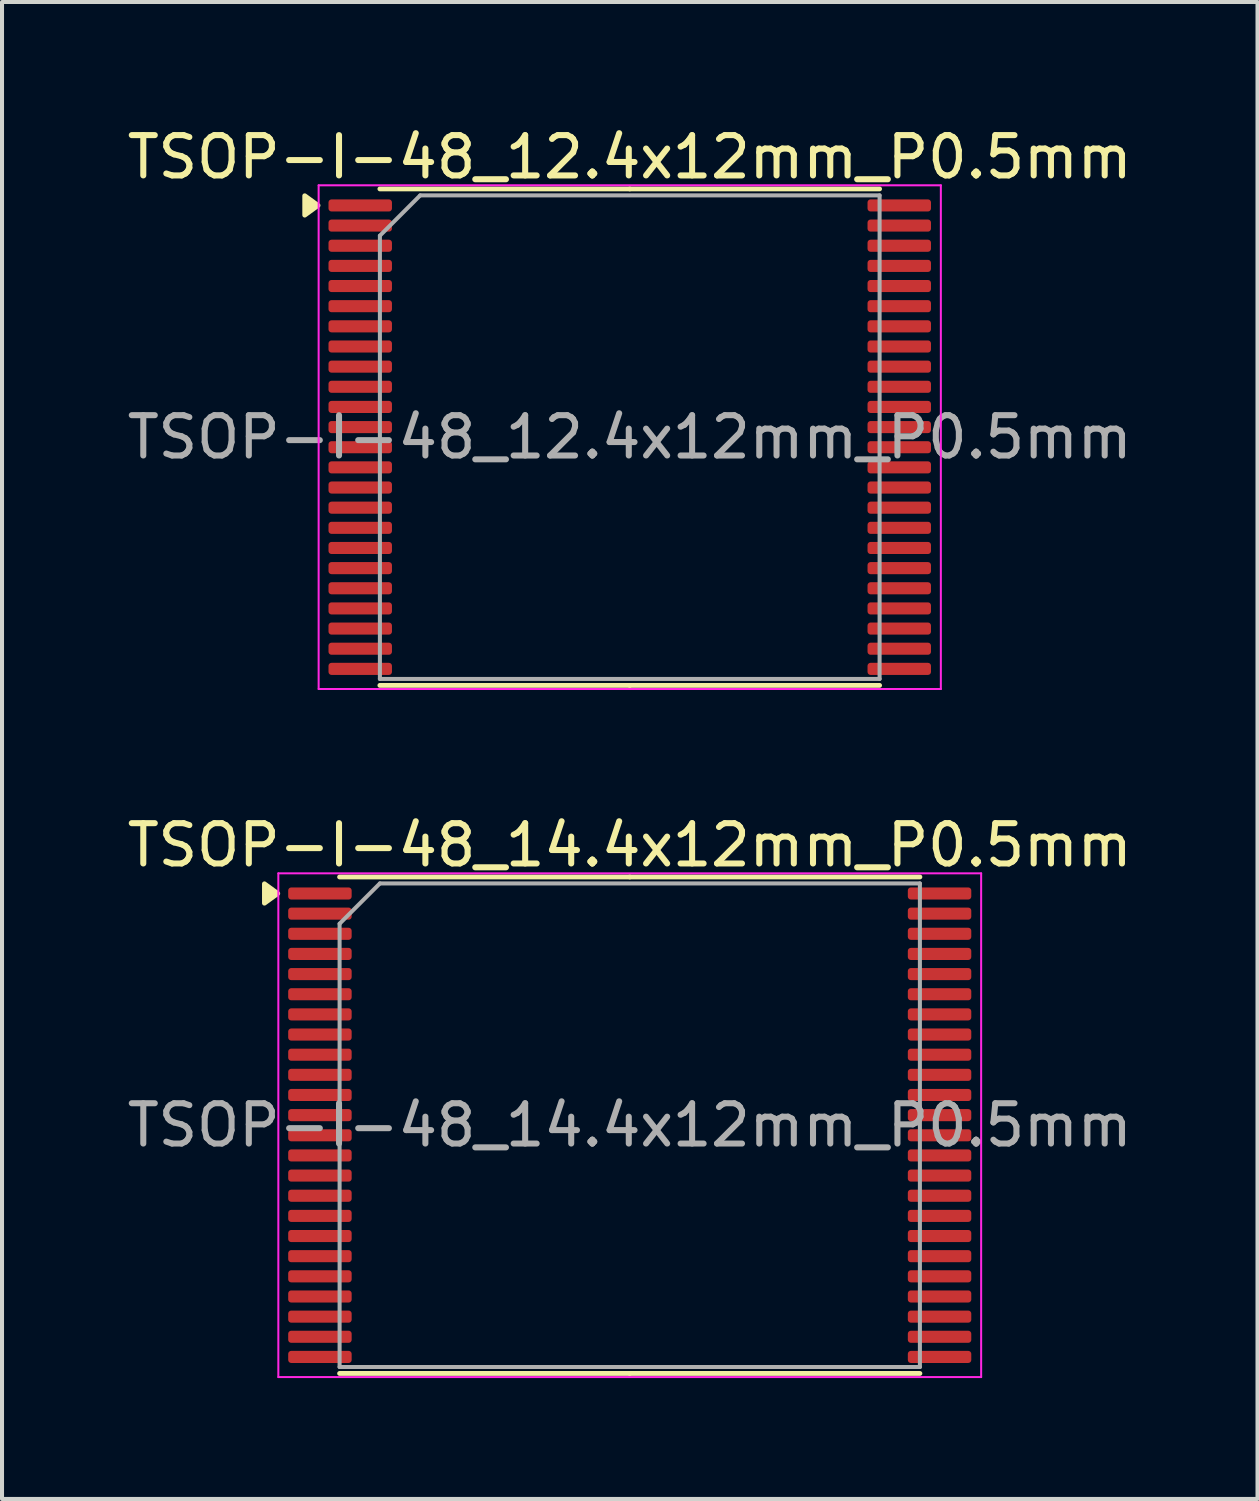
<source format=kicad_pcb>
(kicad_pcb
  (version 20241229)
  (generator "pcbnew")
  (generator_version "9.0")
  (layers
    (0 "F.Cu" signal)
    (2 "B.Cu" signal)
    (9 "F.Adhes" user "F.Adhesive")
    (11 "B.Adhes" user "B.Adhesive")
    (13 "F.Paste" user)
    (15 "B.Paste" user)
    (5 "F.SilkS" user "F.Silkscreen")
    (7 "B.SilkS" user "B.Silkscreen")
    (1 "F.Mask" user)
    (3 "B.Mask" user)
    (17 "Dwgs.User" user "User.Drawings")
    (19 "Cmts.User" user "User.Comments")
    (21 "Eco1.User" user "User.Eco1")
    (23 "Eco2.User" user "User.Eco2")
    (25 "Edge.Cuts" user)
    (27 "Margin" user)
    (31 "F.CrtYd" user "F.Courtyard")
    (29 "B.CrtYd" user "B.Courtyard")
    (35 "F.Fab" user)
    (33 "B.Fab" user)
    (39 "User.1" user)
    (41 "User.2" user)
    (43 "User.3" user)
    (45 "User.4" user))
  (footprint "TSOP-I-48_12.4x12mm_P0.5mm"
    (layer "F.Cu")
    (at 12.577 7.798)
    (property "Reference" "TSOP-I-48_12.4x12mm_P0.5mm" (at 0 -6.95 0) (layer "F.SilkS") (effects (font (size 1 1) (thickness 0.15))))
    (attr smd)
    (fp_line (start 0 -6.16) (end -6.2 -6.16) (stroke (width 0.12) (type solid)) (layer "F.SilkS"))
    (fp_line (start 0 -6.16) (end 6.2 -6.16) (stroke (width 0.12) (type solid)) (layer "F.SilkS"))
    (fp_line (start 0 6.16) (end -6.2 6.16) (stroke (width 0.12) (type solid)) (layer "F.SilkS"))
    (fp_line (start 0 6.16) (end 6.2 6.16) (stroke (width 0.12) (type solid)) (layer "F.SilkS"))
    (fp_poly (pts (xy -7.735 -5.75) (xy -8.065 -5.99) (xy -8.065 -5.51) (xy -7.735 -5.75)) (stroke (width 0.12) (type solid)) (fill yes) (layer "F.SilkS"))
    (fp_line (start -7.72 -6.25) (end -7.72 6.25) (stroke (width 0.05) (type solid)) (layer "F.CrtYd"))
    (fp_line (start -7.72 6.25) (end 7.72 6.25) (stroke (width 0.05) (type solid)) (layer "F.CrtYd"))
    (fp_line (start 7.72 -6.25) (end -7.72 -6.25) (stroke (width 0.05) (type solid)) (layer "F.CrtYd"))
    (fp_line (start 7.72 6.25) (end 7.72 -6.25) (stroke (width 0.05) (type solid)) (layer "F.CrtYd"))
    (fp_line (start -6.2 -5) (end -5.2 -6) (stroke (width 0.1) (type solid)) (layer "F.Fab"))
    (fp_line (start -6.2 6) (end -6.2 -5) (stroke (width 0.1) (type solid)) (layer "F.Fab"))
    (fp_line (start -5.2 -6) (end 6.2 -6) (stroke (width 0.1) (type solid)) (layer "F.Fab"))
    (fp_line (start 6.2 -6) (end 6.2 6) (stroke (width 0.1) (type solid)) (layer "F.Fab"))
    (fp_line (start 6.2 6) (end -6.2 6) (stroke (width 0.1) (type solid)) (layer "F.Fab"))
    (fp_text user "${REFERENCE}" (at 0 0 0) (layer "F.Fab") (effects (font (size 1 1) (thickness 0.15))))
    (pad "1" smd roundrect (at -6.688 -5.75) (size 1.575 0.3) (layers "F.Cu" "F.Mask" "F.Paste") (roundrect_rratio 0.25))
    (pad "2" smd roundrect (at -6.688 -5.25) (size 1.575 0.3) (layers "F.Cu" "F.Mask" "F.Paste") (roundrect_rratio 0.25))
    (pad "3" smd roundrect (at -6.688 -4.75) (size 1.575 0.3) (layers "F.Cu" "F.Mask" "F.Paste") (roundrect_rratio 0.25))
    (pad "4" smd roundrect (at -6.688 -4.25) (size 1.575 0.3) (layers "F.Cu" "F.Mask" "F.Paste") (roundrect_rratio 0.25))
    (pad "5" smd roundrect (at -6.688 -3.75) (size 1.575 0.3) (layers "F.Cu" "F.Mask" "F.Paste") (roundrect_rratio 0.25))
    (pad "6" smd roundrect (at -6.688 -3.25) (size 1.575 0.3) (layers "F.Cu" "F.Mask" "F.Paste") (roundrect_rratio 0.25))
    (pad "7" smd roundrect (at -6.688 -2.75) (size 1.575 0.3) (layers "F.Cu" "F.Mask" "F.Paste") (roundrect_rratio 0.25))
    (pad "8" smd roundrect (at -6.688 -2.25) (size 1.575 0.3) (layers "F.Cu" "F.Mask" "F.Paste") (roundrect_rratio 0.25))
    (pad "9" smd roundrect (at -6.688 -1.75) (size 1.575 0.3) (layers "F.Cu" "F.Mask" "F.Paste") (roundrect_rratio 0.25))
    (pad "10" smd roundrect (at -6.688 -1.25) (size 1.575 0.3) (layers "F.Cu" "F.Mask" "F.Paste") (roundrect_rratio 0.25))
    (pad "11" smd roundrect (at -6.688 -0.75) (size 1.575 0.3) (layers "F.Cu" "F.Mask" "F.Paste") (roundrect_rratio 0.25))
    (pad "12" smd roundrect (at -6.688 -0.25) (size 1.575 0.3) (layers "F.Cu" "F.Mask" "F.Paste") (roundrect_rratio 0.25))
    (pad "13" smd roundrect (at -6.688 0.25) (size 1.575 0.3) (layers "F.Cu" "F.Mask" "F.Paste") (roundrect_rratio 0.25))
    (pad "14" smd roundrect (at -6.688 0.75) (size 1.575 0.3) (layers "F.Cu" "F.Mask" "F.Paste") (roundrect_rratio 0.25))
    (pad "15" smd roundrect (at -6.688 1.25) (size 1.575 0.3) (layers "F.Cu" "F.Mask" "F.Paste") (roundrect_rratio 0.25))
    (pad "16" smd roundrect (at -6.688 1.75) (size 1.575 0.3) (layers "F.Cu" "F.Mask" "F.Paste") (roundrect_rratio 0.25))
    (pad "17" smd roundrect (at -6.688 2.25) (size 1.575 0.3) (layers "F.Cu" "F.Mask" "F.Paste") (roundrect_rratio 0.25))
    (pad "18" smd roundrect (at -6.688 2.75) (size 1.575 0.3) (layers "F.Cu" "F.Mask" "F.Paste") (roundrect_rratio 0.25))
    (pad "19" smd roundrect (at -6.688 3.25) (size 1.575 0.3) (layers "F.Cu" "F.Mask" "F.Paste") (roundrect_rratio 0.25))
    (pad "20" smd roundrect (at -6.688 3.75) (size 1.575 0.3) (layers "F.Cu" "F.Mask" "F.Paste") (roundrect_rratio 0.25))
    (pad "21" smd roundrect (at -6.688 4.25) (size 1.575 0.3) (layers "F.Cu" "F.Mask" "F.Paste") (roundrect_rratio 0.25))
    (pad "22" smd roundrect (at -6.688 4.75) (size 1.575 0.3) (layers "F.Cu" "F.Mask" "F.Paste") (roundrect_rratio 0.25))
    (pad "23" smd roundrect (at -6.688 5.25) (size 1.575 0.3) (layers "F.Cu" "F.Mask" "F.Paste") (roundrect_rratio 0.25))
    (pad "24" smd roundrect (at -6.688 5.75) (size 1.575 0.3) (layers "F.Cu" "F.Mask" "F.Paste") (roundrect_rratio 0.25))
    (pad "25" smd roundrect (at 6.688 5.75) (size 1.575 0.3) (layers "F.Cu" "F.Mask" "F.Paste") (roundrect_rratio 0.25))
    (pad "26" smd roundrect (at 6.688 5.25) (size 1.575 0.3) (layers "F.Cu" "F.Mask" "F.Paste") (roundrect_rratio 0.25))
    (pad "27" smd roundrect (at 6.688 4.75) (size 1.575 0.3) (layers "F.Cu" "F.Mask" "F.Paste") (roundrect_rratio 0.25))
    (pad "28" smd roundrect (at 6.688 4.25) (size 1.575 0.3) (layers "F.Cu" "F.Mask" "F.Paste") (roundrect_rratio 0.25))
    (pad "29" smd roundrect (at 6.688 3.75) (size 1.575 0.3) (layers "F.Cu" "F.Mask" "F.Paste") (roundrect_rratio 0.25))
    (pad "30" smd roundrect (at 6.688 3.25) (size 1.575 0.3) (layers "F.Cu" "F.Mask" "F.Paste") (roundrect_rratio 0.25))
    (pad "31" smd roundrect (at 6.688 2.75) (size 1.575 0.3) (layers "F.Cu" "F.Mask" "F.Paste") (roundrect_rratio 0.25))
    (pad "32" smd roundrect (at 6.688 2.25) (size 1.575 0.3) (layers "F.Cu" "F.Mask" "F.Paste") (roundrect_rratio 0.25))
    (pad "33" smd roundrect (at 6.688 1.75) (size 1.575 0.3) (layers "F.Cu" "F.Mask" "F.Paste") (roundrect_rratio 0.25))
    (pad "34" smd roundrect (at 6.688 1.25) (size 1.575 0.3) (layers "F.Cu" "F.Mask" "F.Paste") (roundrect_rratio 0.25))
    (pad "35" smd roundrect (at 6.688 0.75) (size 1.575 0.3) (layers "F.Cu" "F.Mask" "F.Paste") (roundrect_rratio 0.25))
    (pad "36" smd roundrect (at 6.688 0.25) (size 1.575 0.3) (layers "F.Cu" "F.Mask" "F.Paste") (roundrect_rratio 0.25))
    (pad "37" smd roundrect (at 6.688 -0.25) (size 1.575 0.3) (layers "F.Cu" "F.Mask" "F.Paste") (roundrect_rratio 0.25))
    (pad "38" smd roundrect (at 6.688 -0.75) (size 1.575 0.3) (layers "F.Cu" "F.Mask" "F.Paste") (roundrect_rratio 0.25))
    (pad "39" smd roundrect (at 6.688 -1.25) (size 1.575 0.3) (layers "F.Cu" "F.Mask" "F.Paste") (roundrect_rratio 0.25))
    (pad "40" smd roundrect (at 6.688 -1.75) (size 1.575 0.3) (layers "F.Cu" "F.Mask" "F.Paste") (roundrect_rratio 0.25))
    (pad "41" smd roundrect (at 6.688 -2.25) (size 1.575 0.3) (layers "F.Cu" "F.Mask" "F.Paste") (roundrect_rratio 0.25))
    (pad "42" smd roundrect (at 6.688 -2.75) (size 1.575 0.3) (layers "F.Cu" "F.Mask" "F.Paste") (roundrect_rratio 0.25))
    (pad "43" smd roundrect (at 6.688 -3.25) (size 1.575 0.3) (layers "F.Cu" "F.Mask" "F.Paste") (roundrect_rratio 0.25))
    (pad "44" smd roundrect (at 6.688 -3.75) (size 1.575 0.3) (layers "F.Cu" "F.Mask" "F.Paste") (roundrect_rratio 0.25))
    (pad "45" smd roundrect (at 6.688 -4.25) (size 1.575 0.3) (layers "F.Cu" "F.Mask" "F.Paste") (roundrect_rratio 0.25))
    (pad "46" smd roundrect (at 6.688 -4.75) (size 1.575 0.3) (layers "F.Cu" "F.Mask" "F.Paste") (roundrect_rratio 0.25))
    (pad "47" smd roundrect (at 6.688 -5.25) (size 1.575 0.3) (layers "F.Cu" "F.Mask" "F.Paste") (roundrect_rratio 0.25))
    (pad "48" smd roundrect (at 6.688 -5.75) (size 1.575 0.3) (layers "F.Cu" "F.Mask" "F.Paste") (roundrect_rratio 0.25)))
  (footprint "TSOP-I-48_14.4x12mm_P0.5mm"
    (layer "F.Cu")
    (at 12.577 24.872)
    (property "Reference" "TSOP-I-48_14.4x12mm_P0.5mm" (at 0 -6.95 0) (layer "F.SilkS") (effects (font (size 1 1) (thickness 0.15))))
    (attr smd)
    (fp_line (start 0 -6.16) (end -7.2 -6.16) (stroke (width 0.12) (type solid)) (layer "F.SilkS"))
    (fp_line (start 0 -6.16) (end 7.2 -6.16) (stroke (width 0.12) (type solid)) (layer "F.SilkS"))
    (fp_line (start 0 6.16) (end -7.2 6.16) (stroke (width 0.12) (type solid)) (layer "F.SilkS"))
    (fp_line (start 0 6.16) (end 7.2 6.16) (stroke (width 0.12) (type solid)) (layer "F.SilkS"))
    (fp_poly (pts (xy -8.735 -5.75) (xy -9.065 -5.99) (xy -9.065 -5.51) (xy -8.735 -5.75)) (stroke (width 0.12) (type solid)) (fill yes) (layer "F.SilkS"))
    (fp_line (start -8.72 -6.25) (end -8.72 6.25) (stroke (width 0.05) (type solid)) (layer "F.CrtYd"))
    (fp_line (start -8.72 6.25) (end 8.72 6.25) (stroke (width 0.05) (type solid)) (layer "F.CrtYd"))
    (fp_line (start 8.72 -6.25) (end -8.72 -6.25) (stroke (width 0.05) (type solid)) (layer "F.CrtYd"))
    (fp_line (start 8.72 6.25) (end 8.72 -6.25) (stroke (width 0.05) (type solid)) (layer "F.CrtYd"))
    (fp_line (start -7.2 -5) (end -6.2 -6) (stroke (width 0.1) (type solid)) (layer "F.Fab"))
    (fp_line (start -7.2 6) (end -7.2 -5) (stroke (width 0.1) (type solid)) (layer "F.Fab"))
    (fp_line (start -6.2 -6) (end 7.2 -6) (stroke (width 0.1) (type solid)) (layer "F.Fab"))
    (fp_line (start 7.2 -6) (end 7.2 6) (stroke (width 0.1) (type solid)) (layer "F.Fab"))
    (fp_line (start 7.2 6) (end -7.2 6) (stroke (width 0.1) (type solid)) (layer "F.Fab"))
    (fp_text user "${REFERENCE}" (at 0 0 0) (layer "F.Fab") (effects (font (size 1 1) (thickness 0.15))))
    (pad "1" smd roundrect (at -7.688 -5.75) (size 1.575 0.3) (layers "F.Cu" "F.Mask" "F.Paste") (roundrect_rratio 0.25))
    (pad "2" smd roundrect (at -7.688 -5.25) (size 1.575 0.3) (layers "F.Cu" "F.Mask" "F.Paste") (roundrect_rratio 0.25))
    (pad "3" smd roundrect (at -7.688 -4.75) (size 1.575 0.3) (layers "F.Cu" "F.Mask" "F.Paste") (roundrect_rratio 0.25))
    (pad "4" smd roundrect (at -7.688 -4.25) (size 1.575 0.3) (layers "F.Cu" "F.Mask" "F.Paste") (roundrect_rratio 0.25))
    (pad "5" smd roundrect (at -7.688 -3.75) (size 1.575 0.3) (layers "F.Cu" "F.Mask" "F.Paste") (roundrect_rratio 0.25))
    (pad "6" smd roundrect (at -7.688 -3.25) (size 1.575 0.3) (layers "F.Cu" "F.Mask" "F.Paste") (roundrect_rratio 0.25))
    (pad "7" smd roundrect (at -7.688 -2.75) (size 1.575 0.3) (layers "F.Cu" "F.Mask" "F.Paste") (roundrect_rratio 0.25))
    (pad "8" smd roundrect (at -7.688 -2.25) (size 1.575 0.3) (layers "F.Cu" "F.Mask" "F.Paste") (roundrect_rratio 0.25))
    (pad "9" smd roundrect (at -7.688 -1.75) (size 1.575 0.3) (layers "F.Cu" "F.Mask" "F.Paste") (roundrect_rratio 0.25))
    (pad "10" smd roundrect (at -7.688 -1.25) (size 1.575 0.3) (layers "F.Cu" "F.Mask" "F.Paste") (roundrect_rratio 0.25))
    (pad "11" smd roundrect (at -7.688 -0.75) (size 1.575 0.3) (layers "F.Cu" "F.Mask" "F.Paste") (roundrect_rratio 0.25))
    (pad "12" smd roundrect (at -7.688 -0.25) (size 1.575 0.3) (layers "F.Cu" "F.Mask" "F.Paste") (roundrect_rratio 0.25))
    (pad "13" smd roundrect (at -7.688 0.25) (size 1.575 0.3) (layers "F.Cu" "F.Mask" "F.Paste") (roundrect_rratio 0.25))
    (pad "14" smd roundrect (at -7.688 0.75) (size 1.575 0.3) (layers "F.Cu" "F.Mask" "F.Paste") (roundrect_rratio 0.25))
    (pad "15" smd roundrect (at -7.688 1.25) (size 1.575 0.3) (layers "F.Cu" "F.Mask" "F.Paste") (roundrect_rratio 0.25))
    (pad "16" smd roundrect (at -7.688 1.75) (size 1.575 0.3) (layers "F.Cu" "F.Mask" "F.Paste") (roundrect_rratio 0.25))
    (pad "17" smd roundrect (at -7.688 2.25) (size 1.575 0.3) (layers "F.Cu" "F.Mask" "F.Paste") (roundrect_rratio 0.25))
    (pad "18" smd roundrect (at -7.688 2.75) (size 1.575 0.3) (layers "F.Cu" "F.Mask" "F.Paste") (roundrect_rratio 0.25))
    (pad "19" smd roundrect (at -7.688 3.25) (size 1.575 0.3) (layers "F.Cu" "F.Mask" "F.Paste") (roundrect_rratio 0.25))
    (pad "20" smd roundrect (at -7.688 3.75) (size 1.575 0.3) (layers "F.Cu" "F.Mask" "F.Paste") (roundrect_rratio 0.25))
    (pad "21" smd roundrect (at -7.688 4.25) (size 1.575 0.3) (layers "F.Cu" "F.Mask" "F.Paste") (roundrect_rratio 0.25))
    (pad "22" smd roundrect (at -7.688 4.75) (size 1.575 0.3) (layers "F.Cu" "F.Mask" "F.Paste") (roundrect_rratio 0.25))
    (pad "23" smd roundrect (at -7.688 5.25) (size 1.575 0.3) (layers "F.Cu" "F.Mask" "F.Paste") (roundrect_rratio 0.25))
    (pad "24" smd roundrect (at -7.688 5.75) (size 1.575 0.3) (layers "F.Cu" "F.Mask" "F.Paste") (roundrect_rratio 0.25))
    (pad "25" smd roundrect (at 7.688 5.75) (size 1.575 0.3) (layers "F.Cu" "F.Mask" "F.Paste") (roundrect_rratio 0.25))
    (pad "26" smd roundrect (at 7.688 5.25) (size 1.575 0.3) (layers "F.Cu" "F.Mask" "F.Paste") (roundrect_rratio 0.25))
    (pad "27" smd roundrect (at 7.688 4.75) (size 1.575 0.3) (layers "F.Cu" "F.Mask" "F.Paste") (roundrect_rratio 0.25))
    (pad "28" smd roundrect (at 7.688 4.25) (size 1.575 0.3) (layers "F.Cu" "F.Mask" "F.Paste") (roundrect_rratio 0.25))
    (pad "29" smd roundrect (at 7.688 3.75) (size 1.575 0.3) (layers "F.Cu" "F.Mask" "F.Paste") (roundrect_rratio 0.25))
    (pad "30" smd roundrect (at 7.688 3.25) (size 1.575 0.3) (layers "F.Cu" "F.Mask" "F.Paste") (roundrect_rratio 0.25))
    (pad "31" smd roundrect (at 7.688 2.75) (size 1.575 0.3) (layers "F.Cu" "F.Mask" "F.Paste") (roundrect_rratio 0.25))
    (pad "32" smd roundrect (at 7.688 2.25) (size 1.575 0.3) (layers "F.Cu" "F.Mask" "F.Paste") (roundrect_rratio 0.25))
    (pad "33" smd roundrect (at 7.688 1.75) (size 1.575 0.3) (layers "F.Cu" "F.Mask" "F.Paste") (roundrect_rratio 0.25))
    (pad "34" smd roundrect (at 7.688 1.25) (size 1.575 0.3) (layers "F.Cu" "F.Mask" "F.Paste") (roundrect_rratio 0.25))
    (pad "35" smd roundrect (at 7.688 0.75) (size 1.575 0.3) (layers "F.Cu" "F.Mask" "F.Paste") (roundrect_rratio 0.25))
    (pad "36" smd roundrect (at 7.688 0.25) (size 1.575 0.3) (layers "F.Cu" "F.Mask" "F.Paste") (roundrect_rratio 0.25))
    (pad "37" smd roundrect (at 7.688 -0.25) (size 1.575 0.3) (layers "F.Cu" "F.Mask" "F.Paste") (roundrect_rratio 0.25))
    (pad "38" smd roundrect (at 7.688 -0.75) (size 1.575 0.3) (layers "F.Cu" "F.Mask" "F.Paste") (roundrect_rratio 0.25))
    (pad "39" smd roundrect (at 7.688 -1.25) (size 1.575 0.3) (layers "F.Cu" "F.Mask" "F.Paste") (roundrect_rratio 0.25))
    (pad "40" smd roundrect (at 7.688 -1.75) (size 1.575 0.3) (layers "F.Cu" "F.Mask" "F.Paste") (roundrect_rratio 0.25))
    (pad "41" smd roundrect (at 7.688 -2.25) (size 1.575 0.3) (layers "F.Cu" "F.Mask" "F.Paste") (roundrect_rratio 0.25))
    (pad "42" smd roundrect (at 7.688 -2.75) (size 1.575 0.3) (layers "F.Cu" "F.Mask" "F.Paste") (roundrect_rratio 0.25))
    (pad "43" smd roundrect (at 7.688 -3.25) (size 1.575 0.3) (layers "F.Cu" "F.Mask" "F.Paste") (roundrect_rratio 0.25))
    (pad "44" smd roundrect (at 7.688 -3.75) (size 1.575 0.3) (layers "F.Cu" "F.Mask" "F.Paste") (roundrect_rratio 0.25))
    (pad "45" smd roundrect (at 7.688 -4.25) (size 1.575 0.3) (layers "F.Cu" "F.Mask" "F.Paste") (roundrect_rratio 0.25))
    (pad "46" smd roundrect (at 7.688 -4.75) (size 1.575 0.3) (layers "F.Cu" "F.Mask" "F.Paste") (roundrect_rratio 0.25))
    (pad "47" smd roundrect (at 7.688 -5.25) (size 1.575 0.3) (layers "F.Cu" "F.Mask" "F.Paste") (roundrect_rratio 0.25))
    (pad "48" smd roundrect (at 7.688 -5.75) (size 1.575 0.3) (layers "F.Cu" "F.Mask" "F.Paste") (roundrect_rratio 0.25)))
  (gr_rect
    (start -3 -3)
    (end 28.155 34.147)
    (stroke (width 0.1) (type default))
    (fill no)
    (layer "Edge.Cuts")))
</source>
